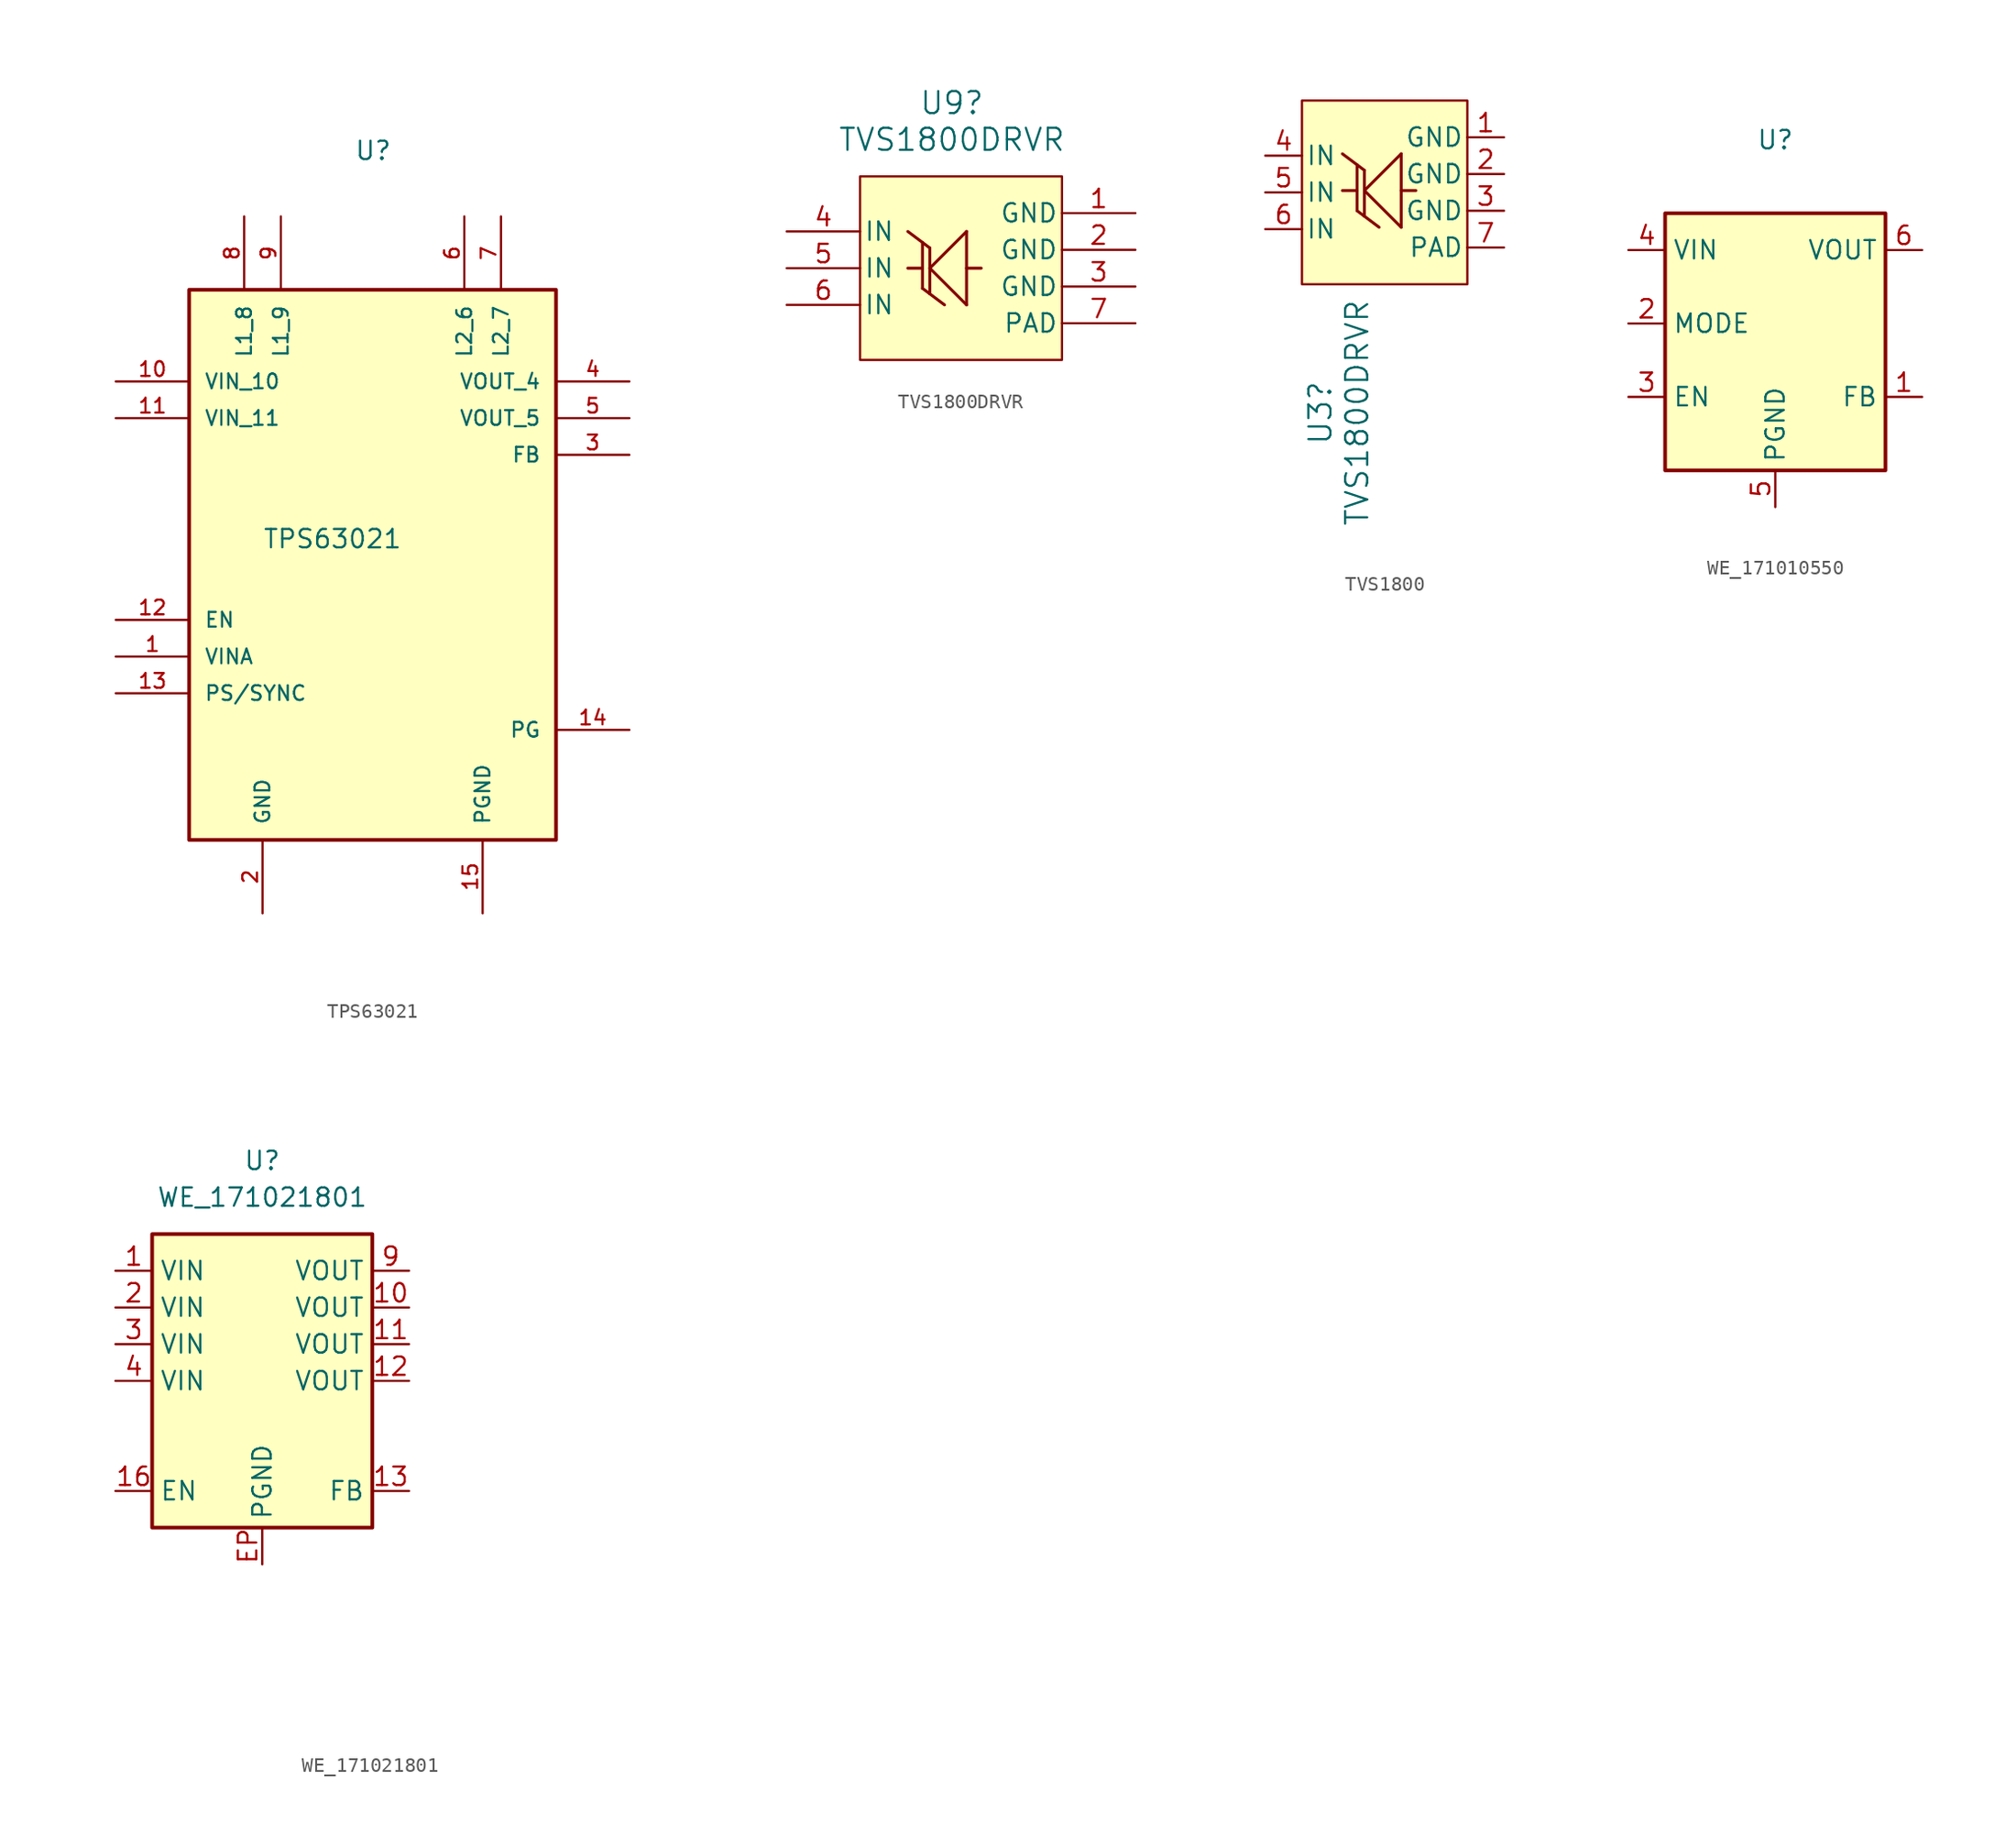
<source format=kicad_sym>
(kicad_symbol_lib
  (version 20231120)
  (generator "kicad_symbol_editor")
  (generator_version "8.0")
  (symbol "TPS63021"
    (pin_names
      (offset 1.016))
    (property "Reference" "U"
      (at -1.27 26.67 0)
      (effects (font (size 1.27 1.27)) (justify left bottom)))
    (property "Value" "TPS63021"
      (at -7.62 1.27 0)
      (effects (font (size 1.27 1.27)) (justify left top)))
    (symbol "TPS63021_0_0"
      (rectangle (start -12.7 17.78) (end 12.7 -20.32) (stroke (width 0.254) (type default)) (fill (type background)))
      (pin input line (at -17.78 -7.62 0) (length 5.08) (name "VINA" (effects (font (size 1.016 1.016)))) (number "1" (effects (font (size 1.016 1.016)))))
      (pin input line (at -17.78 11.43 0) (length 5.08) (name "VIN_10" (effects (font (size 1.016 1.016)))) (number "10" (effects (font (size 1.016 1.016)))))
      (pin input line (at -17.78 8.89 0) (length 5.08) (name "VIN_11" (effects (font (size 1.016 1.016)))) (number "11" (effects (font (size 1.016 1.016)))))
      (pin input line (at -17.78 -5.08 0) (length 5.08) (name "EN" (effects (font (size 1.016 1.016)))) (number "12" (effects (font (size 1.016 1.016)))))
      (pin input line (at -17.78 -10.16 0) (length 5.08) (name "PS/SYNC" (effects (font (size 1.016 1.016)))) (number "13" (effects (font (size 1.016 1.016)))))
      (pin output line (at 17.78 -12.7 180) (length 5.08) (name "PG" (effects (font (size 1.016 1.016)))) (number "14" (effects (font (size 1.016 1.016)))))
      (pin power_in line (at 7.62 -25.4 90) (length 5.08) (name "PGND" (effects (font (size 1.016 1.016)))) (number "15" (effects (font (size 1.016 1.016)))))
      (pin power_in line (at -7.62 -25.4 90) (length 5.08) (name "GND" (effects (font (size 1.016 1.016)))) (number "2" (effects (font (size 1.016 1.016)))))
      (pin input line (at 17.78 6.35 180) (length 5.08) (name "FB" (effects (font (size 1.016 1.016)))) (number "3" (effects (font (size 1.016 1.016)))))
      (pin output line (at 17.78 11.43 180) (length 5.08) (name "VOUT_4" (effects (font (size 1.016 1.016)))) (number "4" (effects (font (size 1.016 1.016)))))
      (pin output line (at 17.78 8.89 180) (length 5.08) (name "VOUT_5" (effects (font (size 1.016 1.016)))) (number "5" (effects (font (size 1.016 1.016)))))
      (pin passive line (at 6.35 22.86 270) (length 5.08) (name "L2_6" (effects (font (size 1.016 1.016)))) (number "6" (effects (font (size 1.016 1.016)))))
      (pin passive line (at 8.89 22.86 270) (length 5.08) (name "L2_7" (effects (font (size 1.016 1.016)))) (number "7" (effects (font (size 1.016 1.016)))))
      (pin passive line (at -8.89 22.86 270) (length 5.08) (name "L1_8" (effects (font (size 1.016 1.016)))) (number "8" (effects (font (size 1.016 1.016)))))
      (pin passive line (at -6.35 22.86 270) (length 5.08) (name "L1_9" (effects (font (size 1.016 1.016)))) (number "9" (effects (font (size 1.016 1.016)))))))
  (symbol "TVS1800DRVR"
    (pin_names
      (offset 0.254))
    (property "Reference" "U9"
      (at 0 11.43 0)
      (effects (font (size 1.524 1.524))))
    (property "Value" "TVS1800DRVR"
      (at 0 8.89 0)
      (effects (font (size 1.524 1.524))))
    (property "ki_locked" ""
      (at 0 0 0)
      (effects (font (size 1.27 1.27))))
    (symbol "TVS1800DRVR_0_1"
      (polyline (pts (xy -2.032 -1.397) (xy -0.508 -2.54)) (stroke (width 0.203) (type default)) (fill (type none)))
      (polyline (pts (xy -2.032 0) (xy -3.048 0)) (stroke (width 0.203) (type default)) (fill (type none)))
      (polyline (pts (xy -2.032 0) (xy -2.032 -1.397)) (stroke (width 0.203) (type default)) (fill (type none)))
      (polyline (pts (xy -2.032 1.778) (xy -2.032 0)) (stroke (width 0.203) (type default)) (fill (type none)))
      (polyline (pts (xy -1.524 -1.778) (xy -1.524 0)) (stroke (width 0.203) (type default)) (fill (type none)))
      (polyline (pts (xy -1.524 0) (xy -1.524 1.397)) (stroke (width 0.203) (type default)) (fill (type none)))
      (polyline (pts (xy -1.524 0) (xy 1.016 -2.54)) (stroke (width 0.203) (type default)) (fill (type none)))
      (polyline (pts (xy -1.524 1.397) (xy -3.048 2.54)) (stroke (width 0.203) (type default)) (fill (type none)))
      (polyline (pts (xy 1.016 -2.54) (xy 1.016 2.54)) (stroke (width 0.203) (type default)) (fill (type none)))
      (polyline (pts (xy 1.016 2.54) (xy -1.524 0)) (stroke (width 0.203) (type default)) (fill (type none)))
      (polyline (pts (xy 2.032 0) (xy 1.016 0)) (stroke (width 0.203) (type default)) (fill (type none)))
      (pin unspecified line (at 12.7 3.81 180) (length 5.08) (name "GND" (effects (font (size 1.27 1.27)))) (number "1" (effects (font (size 1.27 1.27)))))
      (pin unspecified line (at 12.7 1.27 180) (length 5.08) (name "GND" (effects (font (size 1.27 1.27)))) (number "2" (effects (font (size 1.27 1.27)))))
      (pin unspecified line (at 12.7 -1.27 180) (length 5.08) (name "GND" (effects (font (size 1.27 1.27)))) (number "3" (effects (font (size 1.27 1.27)))))
      (pin unspecified line (at -11.43 2.54 0) (length 5.08) (name "IN" (effects (font (size 1.27 1.27)))) (number "4" (effects (font (size 1.27 1.27)))))
      (pin unspecified line (at -11.43 0 0) (length 5.08) (name "IN" (effects (font (size 1.27 1.27)))) (number "5" (effects (font (size 1.27 1.27)))))
      (pin unspecified line (at -11.43 -2.54 0) (length 5.08) (name "IN" (effects (font (size 1.27 1.27)))) (number "6" (effects (font (size 1.27 1.27)))))
      (pin unspecified line (at 12.7 -3.81 180) (length 5.08) (name "PAD" (effects (font (size 1.27 1.27)))) (number "7" (effects (font (size 1.27 1.27))))))
    (symbol "TVS1800DRVR_1_1"
      (rectangle (start -6.35 6.35) (end 7.62 -6.35) (stroke (width 0) (type default)) (fill (type background)))))
  (symbol "TVS1800"
    (pin_names
      (offset 0.254))
    (property "Reference" "U3"
      (at -2.54 -15.24 90)
      (effects (font (size 1.524 1.524))))
    (property "Value" "TVS1800DRVR"
      (at 0 -15.24 90)
      (effects (font (size 1.524 1.524))))
    (property "ki_locked" ""
      (at 0 0 0)
      (effects (font (size 1.27 1.27))))
    (symbol "TVS1800_0_1"
      (polyline (pts (xy 0 -1.27) (xy 1.524 -2.413)) (stroke (width 0.203) (type default)) (fill (type none)))
      (polyline (pts (xy 0 0.127) (xy -1.016 0.127)) (stroke (width 0.203) (type default)) (fill (type none)))
      (polyline (pts (xy 0 0.127) (xy 0 -1.27)) (stroke (width 0.203) (type default)) (fill (type none)))
      (polyline (pts (xy 0 1.905) (xy 0 0.127)) (stroke (width 0.203) (type default)) (fill (type none)))
      (polyline (pts (xy 0.508 -1.651) (xy 0.508 0.127)) (stroke (width 0.203) (type default)) (fill (type none)))
      (polyline (pts (xy 0.508 0.127) (xy 0.508 1.524)) (stroke (width 0.203) (type default)) (fill (type none)))
      (polyline (pts (xy 0.508 0.127) (xy 3.048 -2.413)) (stroke (width 0.203) (type default)) (fill (type none)))
      (polyline (pts (xy 0.508 1.524) (xy -1.016 2.667)) (stroke (width 0.203) (type default)) (fill (type none)))
      (polyline (pts (xy 3.048 -2.413) (xy 3.048 2.667)) (stroke (width 0.203) (type default)) (fill (type none)))
      (polyline (pts (xy 3.048 2.667) (xy 0.508 0.127)) (stroke (width 0.203) (type default)) (fill (type none)))
      (polyline (pts (xy 4.064 0.127) (xy 3.048 0.127)) (stroke (width 0.203) (type default)) (fill (type none)))
      (pin unspecified line (at 10.16 3.81 180) (length 2.54) (name "GND" (effects (font (size 1.27 1.27)))) (number "1" (effects (font (size 1.27 1.27)))))
      (pin unspecified line (at 10.16 1.27 180) (length 2.54) (name "GND" (effects (font (size 1.27 1.27)))) (number "2" (effects (font (size 1.27 1.27)))))
      (pin unspecified line (at 10.16 -1.27 180) (length 2.54) (name "GND" (effects (font (size 1.27 1.27)))) (number "3" (effects (font (size 1.27 1.27)))))
      (pin unspecified line (at -6.35 2.54 0) (length 2.54) (name "IN" (effects (font (size 1.27 1.27)))) (number "4" (effects (font (size 1.27 1.27)))))
      (pin unspecified line (at -6.35 0 0) (length 2.54) (name "IN" (effects (font (size 1.27 1.27)))) (number "5" (effects (font (size 1.27 1.27)))))
      (pin unspecified line (at -6.35 -2.54 0) (length 2.54) (name "IN" (effects (font (size 1.27 1.27)))) (number "6" (effects (font (size 1.27 1.27)))))
      (pin unspecified line (at 10.16 -3.81 180) (length 2.54) (name "PAD" (effects (font (size 1.27 1.27)))) (number "7" (effects (font (size 1.27 1.27))))))
    (symbol "TVS1800_1_1"
      (rectangle (start -3.81 6.35) (end 7.62 -6.35) (stroke (width 0) (type default)) (fill (type background)))))
  (symbol "WE_171010550"
    (property "Reference" "U"
      (at 0 15.24 0)
      (effects (font (size 1.27 1.27))))
    (property "Value" ""
      (at 0 17.78 0)
      (effects (font (size 1.27 1.27))))
    (symbol "WE_171010550_1_1"
      (rectangle (start -7.62 10.16) (end 7.62 -7.62) (stroke (width 0.254) (type default)) (fill (type background)))
      (pin input line (at 10.16 -2.54 180) (length 2.54) (name "FB" (effects (font (size 1.27 1.27)))) (number "1" (effects (font (size 1.27 1.27)))))
      (pin input line (at -10.16 2.54 0) (length 2.54) (name "MODE" (effects (font (size 1.27 1.27)))) (number "2" (effects (font (size 1.27 1.27)))))
      (pin input line (at -10.16 -2.54 0) (length 2.54) (name "EN" (effects (font (size 1.27 1.27)))) (number "3" (effects (font (size 1.27 1.27)))))
      (pin input line (at -10.16 7.62 0) (length 2.54) (name "VIN" (effects (font (size 1.27 1.27)))) (number "4" (effects (font (size 1.27 1.27)))))
      (pin input line (at 0 -10.16 90) (length 2.54) (name "PGND" (effects (font (size 1.27 1.27)))) (number "5" (effects (font (size 1.27 1.27)))))
      (pin input line (at 10.16 7.62 180) (length 2.54) (name "VOUT" (effects (font (size 1.27 1.27)))) (number "6" (effects (font (size 1.27 1.27)))))))
  (symbol "WE_171021801"
    (property "Reference" "U"
      (at 0 15.24 0)
      (effects (font (size 1.27 1.27))))
    (property "Value" "WE_171021801"
      (at 0 12.7 0)
      (effects (font (size 1.27 1.27))))
    (symbol "WE_171021801_1_1"
      (rectangle (start -7.62 10.16) (end 7.62 -10.16) (stroke (width 0.254) (type default)) (fill (type background)))
      (text private "Device features \nnumerous NC pins\nI've left invisible\nhere" (at 7.62 -17.78 0) (effects (font (size 1.27 1.27)) (justify left)))
      (pin input line (at -10.16 7.62 0) (length 2.54) (name "VIN" (effects (font (size 1.27 1.27)))) (number "1" (effects (font (size 1.27 1.27)))))
      (pin input line (at 10.16 5.08 180) (length 2.54) (name "VOUT" (effects (font (size 1.27 1.27)))) (number "10" (effects (font (size 1.27 1.27)))))
      (pin input line (at 10.16 2.54 180) (length 2.54) (name "VOUT" (effects (font (size 1.27 1.27)))) (number "11" (effects (font (size 1.27 1.27)))))
      (pin input line (at 10.16 0 180) (length 2.54) (name "VOUT" (effects (font (size 1.27 1.27)))) (number "12" (effects (font (size 1.27 1.27)))))
      (pin input line (at 10.16 -7.62 180) (length 2.54) (name "FB" (effects (font (size 1.27 1.27)))) (number "13" (effects (font (size 1.27 1.27)))))
      (pin no_connect line (at 5.08 -12.7 90) (length 2.54) hide (name "NC" (effects (font (size 1.27 1.27)))) (number "14" (effects (font (size 1.27 1.27)))))
      (pin no_connect line (at 5.08 -12.7 90) (length 2.54) hide (name "NC" (effects (font (size 1.27 1.27)))) (number "15" (effects (font (size 1.27 1.27)))))
      (pin input line (at -10.16 -7.62 0) (length 2.54) (name "EN" (effects (font (size 1.27 1.27)))) (number "16" (effects (font (size 1.27 1.27)))))
      (pin input line (at -10.16 5.08 0) (length 2.54) (name "VIN" (effects (font (size 1.27 1.27)))) (number "2" (effects (font (size 1.27 1.27)))))
      (pin input line (at -10.16 2.54 0) (length 2.54) (name "VIN" (effects (font (size 1.27 1.27)))) (number "3" (effects (font (size 1.27 1.27)))))
      (pin input line (at -10.16 0 0) (length 2.54) (name "VIN" (effects (font (size 1.27 1.27)))) (number "4" (effects (font (size 1.27 1.27)))))
      (pin no_connect line (at 5.08 -12.7 90) (length 2.54) hide (name "NC" (effects (font (size 1.27 1.27)))) (number "5" (effects (font (size 1.27 1.27)))))
      (pin no_connect line (at 5.08 -12.7 90) (length 2.54) hide (name "NC" (effects (font (size 1.27 1.27)))) (number "6" (effects (font (size 1.27 1.27)))))
      (pin no_connect line (at 5.08 -12.7 90) (length 2.54) hide (name "NC" (effects (font (size 1.27 1.27)))) (number "7" (effects (font (size 1.27 1.27)))))
      (pin no_connect line (at 5.08 -12.7 90) (length 2.54) hide (name "NC" (effects (font (size 1.27 1.27)))) (number "8" (effects (font (size 1.27 1.27)))))
      (pin input line (at 10.16 7.62 180) (length 2.54) (name "VOUT" (effects (font (size 1.27 1.27)))) (number "9" (effects (font (size 1.27 1.27)))))
      (pin input line (at 0 -12.7 90) (length 2.54) (name "PGND" (effects (font (size 1.27 1.27)))) (number "EP" (effects (font (size 1.27 1.27))))))))
</source>
